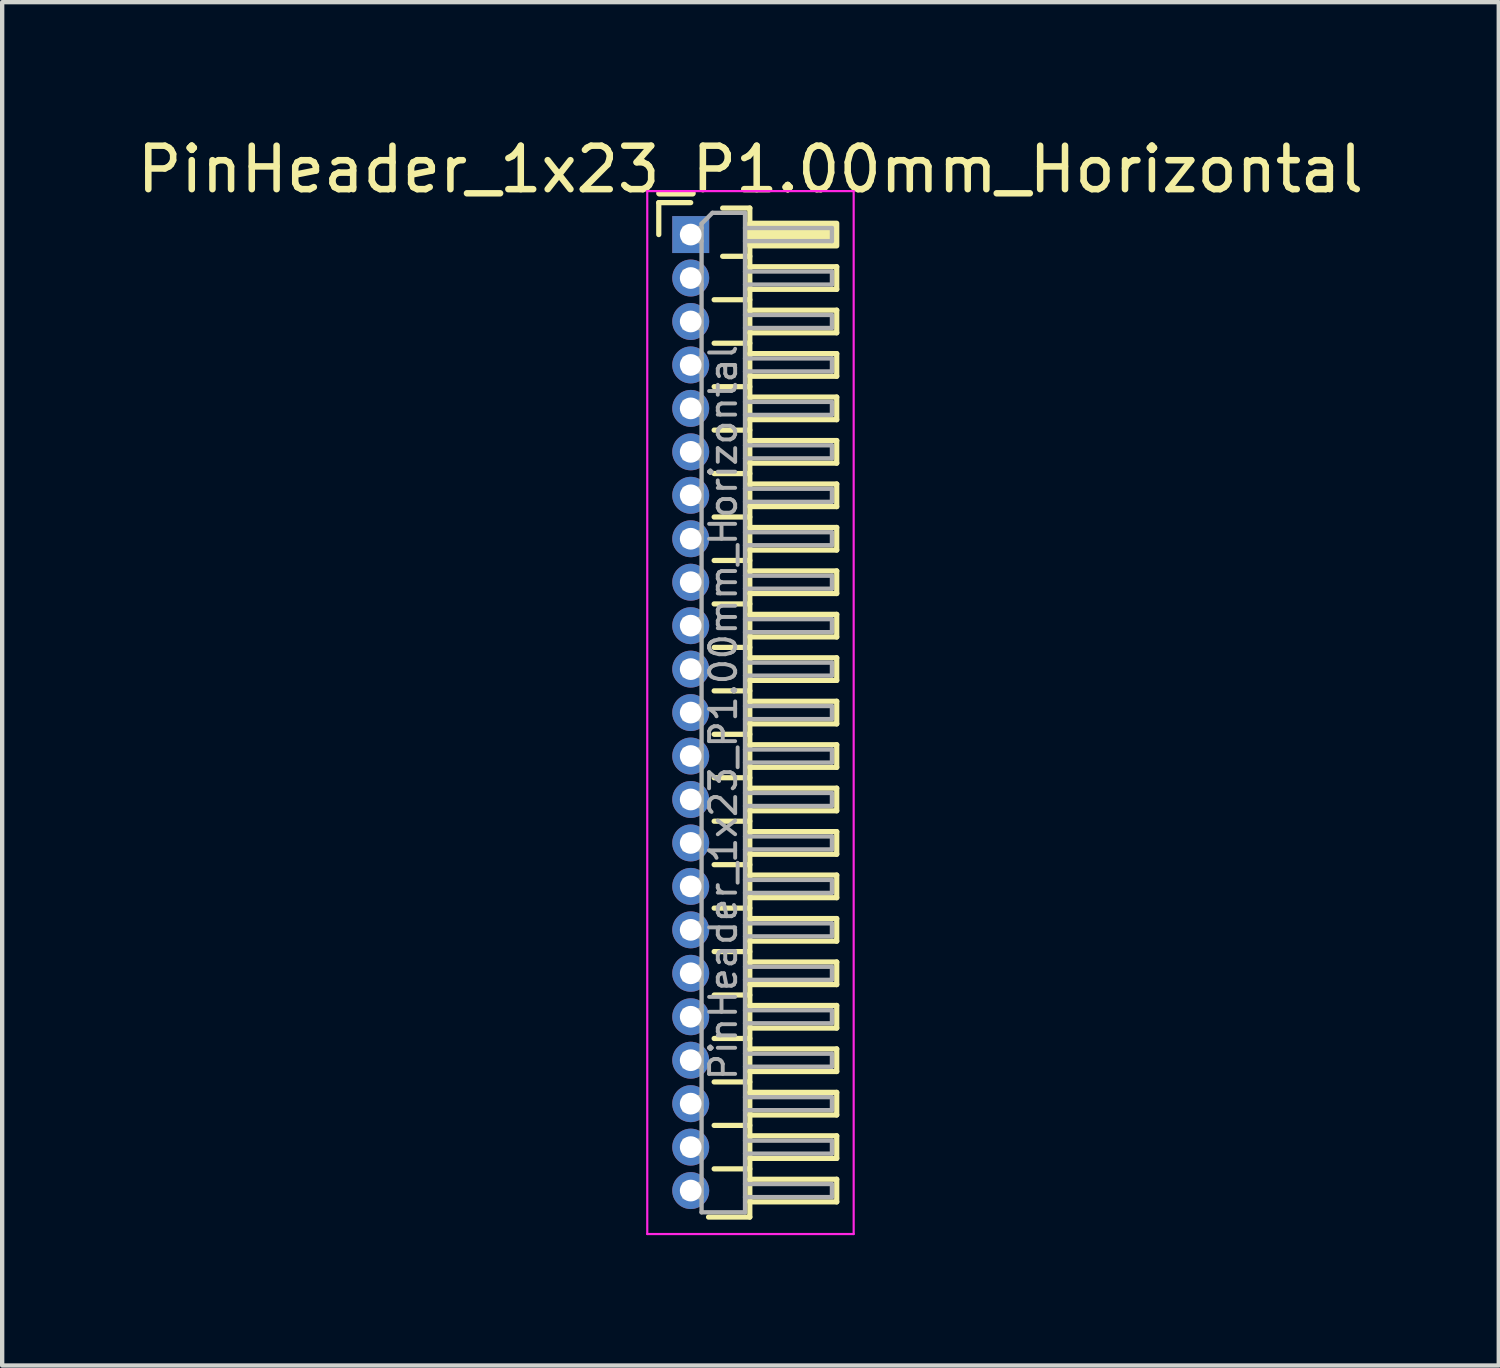
<source format=kicad_pcb>
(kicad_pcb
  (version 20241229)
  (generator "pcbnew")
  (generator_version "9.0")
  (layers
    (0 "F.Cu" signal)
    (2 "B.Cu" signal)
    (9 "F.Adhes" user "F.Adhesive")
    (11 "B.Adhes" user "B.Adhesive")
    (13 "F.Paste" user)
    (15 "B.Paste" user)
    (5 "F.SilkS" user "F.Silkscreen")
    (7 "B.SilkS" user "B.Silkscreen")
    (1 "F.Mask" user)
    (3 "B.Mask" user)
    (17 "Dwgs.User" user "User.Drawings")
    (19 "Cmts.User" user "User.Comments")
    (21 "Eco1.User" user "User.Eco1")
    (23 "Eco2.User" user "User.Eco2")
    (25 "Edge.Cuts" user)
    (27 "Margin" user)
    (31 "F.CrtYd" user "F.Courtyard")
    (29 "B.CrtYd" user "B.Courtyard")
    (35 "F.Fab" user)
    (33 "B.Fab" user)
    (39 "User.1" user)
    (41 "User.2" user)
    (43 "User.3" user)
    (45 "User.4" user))
  (footprint "PinHeader_1x23_P1.00mm_Horizontal"
    (layer "F.Cu")
    (at 12.845 2.348)
    (property "Reference" "PinHeader_1x23_P1.00mm_Horizontal" (at 1.375 -1.5 0) (layer "F.SilkS") (effects (font (size 1 1) (thickness 0.15))))
    (attr through_hole)
    (fp_line (start -0.735 -0.735) (end 0 -0.735) (stroke (width 0.12) (type solid)) (layer "F.SilkS"))
    (fp_line (start -0.735 0) (end -0.735 -0.735) (stroke (width 0.12) (type solid)) (layer "F.SilkS"))
    (fp_line (start 0.539 1.5) (end 1.36 1.5) (stroke (width 0.12) (type solid)) (layer "F.SilkS"))
    (fp_line (start 0.539 2.5) (end 1.36 2.5) (stroke (width 0.12) (type solid)) (layer "F.SilkS"))
    (fp_line (start 0.539 3.5) (end 1.36 3.5) (stroke (width 0.12) (type solid)) (layer "F.SilkS"))
    (fp_line (start 0.539 4.5) (end 1.36 4.5) (stroke (width 0.12) (type solid)) (layer "F.SilkS"))
    (fp_line (start 0.539 5.5) (end 1.36 5.5) (stroke (width 0.12) (type solid)) (layer "F.SilkS"))
    (fp_line (start 0.539 6.5) (end 1.36 6.5) (stroke (width 0.12) (type solid)) (layer "F.SilkS"))
    (fp_line (start 0.539 7.5) (end 1.36 7.5) (stroke (width 0.12) (type solid)) (layer "F.SilkS"))
    (fp_line (start 0.539 8.5) (end 1.36 8.5) (stroke (width 0.12) (type solid)) (layer "F.SilkS"))
    (fp_line (start 0.539 9.5) (end 1.36 9.5) (stroke (width 0.12) (type solid)) (layer "F.SilkS"))
    (fp_line (start 0.539 10.5) (end 1.36 10.5) (stroke (width 0.12) (type solid)) (layer "F.SilkS"))
    (fp_line (start 0.539 11.5) (end 1.36 11.5) (stroke (width 0.12) (type solid)) (layer "F.SilkS"))
    (fp_line (start 0.539 12.5) (end 1.36 12.5) (stroke (width 0.12) (type solid)) (layer "F.SilkS"))
    (fp_line (start 0.539 13.5) (end 1.36 13.5) (stroke (width 0.12) (type solid)) (layer "F.SilkS"))
    (fp_line (start 0.539 14.5) (end 1.36 14.5) (stroke (width 0.12) (type solid)) (layer "F.SilkS"))
    (fp_line (start 0.539 15.5) (end 1.36 15.5) (stroke (width 0.12) (type solid)) (layer "F.SilkS"))
    (fp_line (start 0.539 16.5) (end 1.36 16.5) (stroke (width 0.12) (type solid)) (layer "F.SilkS"))
    (fp_line (start 0.539 17.5) (end 1.36 17.5) (stroke (width 0.12) (type solid)) (layer "F.SilkS"))
    (fp_line (start 0.539 18.5) (end 1.36 18.5) (stroke (width 0.12) (type solid)) (layer "F.SilkS"))
    (fp_line (start 0.539 19.5) (end 1.36 19.5) (stroke (width 0.12) (type solid)) (layer "F.SilkS"))
    (fp_line (start 0.539 20.5) (end 1.36 20.5) (stroke (width 0.12) (type solid)) (layer "F.SilkS"))
    (fp_line (start 0.539 21.5) (end 1.36 21.5) (stroke (width 0.12) (type solid)) (layer "F.SilkS"))
    (fp_line (start 0.735 -0.61) (end 1.36 -0.61) (stroke (width 0.12) (type solid)) (layer "F.SilkS"))
    (fp_line (start 0.735 0.5) (end 1.36 0.5) (stroke (width 0.12) (type solid)) (layer "F.SilkS"))
    (fp_line (start 1.36 -0.61) (end 1.36 22.61) (stroke (width 0.12) (type solid)) (layer "F.SilkS"))
    (fp_line (start 1.36 0.74) (end 3.36 0.74) (stroke (width 0.12) (type solid)) (layer "F.SilkS"))
    (fp_line (start 1.36 1.74) (end 3.36 1.74) (stroke (width 0.12) (type solid)) (layer "F.SilkS"))
    (fp_line (start 1.36 2.74) (end 3.36 2.74) (stroke (width 0.12) (type solid)) (layer "F.SilkS"))
    (fp_line (start 1.36 3.74) (end 3.36 3.74) (stroke (width 0.12) (type solid)) (layer "F.SilkS"))
    (fp_line (start 1.36 4.74) (end 3.36 4.74) (stroke (width 0.12) (type solid)) (layer "F.SilkS"))
    (fp_line (start 1.36 5.74) (end 3.36 5.74) (stroke (width 0.12) (type solid)) (layer "F.SilkS"))
    (fp_line (start 1.36 6.74) (end 3.36 6.74) (stroke (width 0.12) (type solid)) (layer "F.SilkS"))
    (fp_line (start 1.36 7.74) (end 3.36 7.74) (stroke (width 0.12) (type solid)) (layer "F.SilkS"))
    (fp_line (start 1.36 8.74) (end 3.36 8.74) (stroke (width 0.12) (type solid)) (layer "F.SilkS"))
    (fp_line (start 1.36 9.74) (end 3.36 9.74) (stroke (width 0.12) (type solid)) (layer "F.SilkS"))
    (fp_line (start 1.36 10.74) (end 3.36 10.74) (stroke (width 0.12) (type solid)) (layer "F.SilkS"))
    (fp_line (start 1.36 11.74) (end 3.36 11.74) (stroke (width 0.12) (type solid)) (layer "F.SilkS"))
    (fp_line (start 1.36 12.74) (end 3.36 12.74) (stroke (width 0.12) (type solid)) (layer "F.SilkS"))
    (fp_line (start 1.36 13.74) (end 3.36 13.74) (stroke (width 0.12) (type solid)) (layer "F.SilkS"))
    (fp_line (start 1.36 14.74) (end 3.36 14.74) (stroke (width 0.12) (type solid)) (layer "F.SilkS"))
    (fp_line (start 1.36 15.74) (end 3.36 15.74) (stroke (width 0.12) (type solid)) (layer "F.SilkS"))
    (fp_line (start 1.36 16.74) (end 3.36 16.74) (stroke (width 0.12) (type solid)) (layer "F.SilkS"))
    (fp_line (start 1.36 17.74) (end 3.36 17.74) (stroke (width 0.12) (type solid)) (layer "F.SilkS"))
    (fp_line (start 1.36 18.74) (end 3.36 18.74) (stroke (width 0.12) (type solid)) (layer "F.SilkS"))
    (fp_line (start 1.36 19.74) (end 3.36 19.74) (stroke (width 0.12) (type solid)) (layer "F.SilkS"))
    (fp_line (start 1.36 20.74) (end 3.36 20.74) (stroke (width 0.12) (type solid)) (layer "F.SilkS"))
    (fp_line (start 1.36 21.74) (end 3.36 21.74) (stroke (width 0.12) (type solid)) (layer "F.SilkS"))
    (fp_line (start 1.36 22.61) (end 0.41 22.61) (stroke (width 0.12) (type solid)) (layer "F.SilkS"))
    (fp_line (start 3.36 0.74) (end 3.36 1.26) (stroke (width 0.12) (type solid)) (layer "F.SilkS"))
    (fp_line (start 3.36 1.26) (end 1.36 1.26) (stroke (width 0.12) (type solid)) (layer "F.SilkS"))
    (fp_line (start 3.36 1.74) (end 3.36 2.26) (stroke (width 0.12) (type solid)) (layer "F.SilkS"))
    (fp_line (start 3.36 2.26) (end 1.36 2.26) (stroke (width 0.12) (type solid)) (layer "F.SilkS"))
    (fp_line (start 3.36 2.74) (end 3.36 3.26) (stroke (width 0.12) (type solid)) (layer "F.SilkS"))
    (fp_line (start 3.36 3.26) (end 1.36 3.26) (stroke (width 0.12) (type solid)) (layer "F.SilkS"))
    (fp_line (start 3.36 3.74) (end 3.36 4.26) (stroke (width 0.12) (type solid)) (layer "F.SilkS"))
    (fp_line (start 3.36 4.26) (end 1.36 4.26) (stroke (width 0.12) (type solid)) (layer "F.SilkS"))
    (fp_line (start 3.36 4.74) (end 3.36 5.26) (stroke (width 0.12) (type solid)) (layer "F.SilkS"))
    (fp_line (start 3.36 5.26) (end 1.36 5.26) (stroke (width 0.12) (type solid)) (layer "F.SilkS"))
    (fp_line (start 3.36 5.74) (end 3.36 6.26) (stroke (width 0.12) (type solid)) (layer "F.SilkS"))
    (fp_line (start 3.36 6.26) (end 1.36 6.26) (stroke (width 0.12) (type solid)) (layer "F.SilkS"))
    (fp_line (start 3.36 6.74) (end 3.36 7.26) (stroke (width 0.12) (type solid)) (layer "F.SilkS"))
    (fp_line (start 3.36 7.26) (end 1.36 7.26) (stroke (width 0.12) (type solid)) (layer "F.SilkS"))
    (fp_line (start 3.36 7.74) (end 3.36 8.26) (stroke (width 0.12) (type solid)) (layer "F.SilkS"))
    (fp_line (start 3.36 8.26) (end 1.36 8.26) (stroke (width 0.12) (type solid)) (layer "F.SilkS"))
    (fp_line (start 3.36 8.74) (end 3.36 9.26) (stroke (width 0.12) (type solid)) (layer "F.SilkS"))
    (fp_line (start 3.36 9.26) (end 1.36 9.26) (stroke (width 0.12) (type solid)) (layer "F.SilkS"))
    (fp_line (start 3.36 9.74) (end 3.36 10.26) (stroke (width 0.12) (type solid)) (layer "F.SilkS"))
    (fp_line (start 3.36 10.26) (end 1.36 10.26) (stroke (width 0.12) (type solid)) (layer "F.SilkS"))
    (fp_line (start 3.36 10.74) (end 3.36 11.26) (stroke (width 0.12) (type solid)) (layer "F.SilkS"))
    (fp_line (start 3.36 11.26) (end 1.36 11.26) (stroke (width 0.12) (type solid)) (layer "F.SilkS"))
    (fp_line (start 3.36 11.74) (end 3.36 12.26) (stroke (width 0.12) (type solid)) (layer "F.SilkS"))
    (fp_line (start 3.36 12.26) (end 1.36 12.26) (stroke (width 0.12) (type solid)) (layer "F.SilkS"))
    (fp_line (start 3.36 12.74) (end 3.36 13.26) (stroke (width 0.12) (type solid)) (layer "F.SilkS"))
    (fp_line (start 3.36 13.26) (end 1.36 13.26) (stroke (width 0.12) (type solid)) (layer "F.SilkS"))
    (fp_line (start 3.36 13.74) (end 3.36 14.26) (stroke (width 0.12) (type solid)) (layer "F.SilkS"))
    (fp_line (start 3.36 14.26) (end 1.36 14.26) (stroke (width 0.12) (type solid)) (layer "F.SilkS"))
    (fp_line (start 3.36 14.74) (end 3.36 15.26) (stroke (width 0.12) (type solid)) (layer "F.SilkS"))
    (fp_line (start 3.36 15.26) (end 1.36 15.26) (stroke (width 0.12) (type solid)) (layer "F.SilkS"))
    (fp_line (start 3.36 15.74) (end 3.36 16.26) (stroke (width 0.12) (type solid)) (layer "F.SilkS"))
    (fp_line (start 3.36 16.26) (end 1.36 16.26) (stroke (width 0.12) (type solid)) (layer "F.SilkS"))
    (fp_line (start 3.36 16.74) (end 3.36 17.26) (stroke (width 0.12) (type solid)) (layer "F.SilkS"))
    (fp_line (start 3.36 17.26) (end 1.36 17.26) (stroke (width 0.12) (type solid)) (layer "F.SilkS"))
    (fp_line (start 3.36 17.74) (end 3.36 18.26) (stroke (width 0.12) (type solid)) (layer "F.SilkS"))
    (fp_line (start 3.36 18.26) (end 1.36 18.26) (stroke (width 0.12) (type solid)) (layer "F.SilkS"))
    (fp_line (start 3.36 18.74) (end 3.36 19.26) (stroke (width 0.12) (type solid)) (layer "F.SilkS"))
    (fp_line (start 3.36 19.26) (end 1.36 19.26) (stroke (width 0.12) (type solid)) (layer "F.SilkS"))
    (fp_line (start 3.36 19.74) (end 3.36 20.26) (stroke (width 0.12) (type solid)) (layer "F.SilkS"))
    (fp_line (start 3.36 20.26) (end 1.36 20.26) (stroke (width 0.12) (type solid)) (layer "F.SilkS"))
    (fp_line (start 3.36 20.74) (end 3.36 21.26) (stroke (width 0.12) (type solid)) (layer "F.SilkS"))
    (fp_line (start 3.36 21.26) (end 1.36 21.26) (stroke (width 0.12) (type solid)) (layer "F.SilkS"))
    (fp_line (start 3.36 21.74) (end 3.36 22.26) (stroke (width 0.12) (type solid)) (layer "F.SilkS"))
    (fp_line (start 3.36 22.26) (end 1.36 22.26) (stroke (width 0.12) (type solid)) (layer "F.SilkS"))
    (fp_rect (start 1.36 -0.26) (end 3.36 0.26) (stroke (width 0.12) (type solid)) (fill yes) (layer "F.SilkS"))
    (fp_line (start -1 -1) (end -1 23) (stroke (width 0.05) (type solid)) (layer "F.CrtYd"))
    (fp_line (start -1 23) (end 3.75 23) (stroke (width 0.05) (type solid)) (layer "F.CrtYd"))
    (fp_line (start 3.75 -1) (end -1 -1) (stroke (width 0.05) (type solid)) (layer "F.CrtYd"))
    (fp_line (start 3.75 23) (end 3.75 -1) (stroke (width 0.05) (type solid)) (layer "F.CrtYd"))
    (fp_line (start -0.15 -0.15) (end -0.15 0.15) (stroke (width 0.1) (type solid)) (layer "F.Fab"))
    (fp_line (start -0.15 -0.15) (end 0.25 -0.15) (stroke (width 0.1) (type solid)) (layer "F.Fab"))
    (fp_line (start -0.15 0.15) (end 0.25 0.15) (stroke (width 0.1) (type solid)) (layer "F.Fab"))
    (fp_line (start -0.15 0.85) (end -0.15 1.15) (stroke (width 0.1) (type solid)) (layer "F.Fab"))
    (fp_line (start -0.15 0.85) (end 0.25 0.85) (stroke (width 0.1) (type solid)) (layer "F.Fab"))
    (fp_line (start -0.15 1.15) (end 0.25 1.15) (stroke (width 0.1) (type solid)) (layer "F.Fab"))
    (fp_line (start -0.15 1.85) (end -0.15 2.15) (stroke (width 0.1) (type solid)) (layer "F.Fab"))
    (fp_line (start -0.15 1.85) (end 0.25 1.85) (stroke (width 0.1) (type solid)) (layer "F.Fab"))
    (fp_line (start -0.15 2.15) (end 0.25 2.15) (stroke (width 0.1) (type solid)) (layer "F.Fab"))
    (fp_line (start -0.15 2.85) (end -0.15 3.15) (stroke (width 0.1) (type solid)) (layer "F.Fab"))
    (fp_line (start -0.15 2.85) (end 0.25 2.85) (stroke (width 0.1) (type solid)) (layer "F.Fab"))
    (fp_line (start -0.15 3.15) (end 0.25 3.15) (stroke (width 0.1) (type solid)) (layer "F.Fab"))
    (fp_line (start -0.15 3.85) (end -0.15 4.15) (stroke (width 0.1) (type solid)) (layer "F.Fab"))
    (fp_line (start -0.15 3.85) (end 0.25 3.85) (stroke (width 0.1) (type solid)) (layer "F.Fab"))
    (fp_line (start -0.15 4.15) (end 0.25 4.15) (stroke (width 0.1) (type solid)) (layer "F.Fab"))
    (fp_line (start -0.15 4.85) (end -0.15 5.15) (stroke (width 0.1) (type solid)) (layer "F.Fab"))
    (fp_line (start -0.15 4.85) (end 0.25 4.85) (stroke (width 0.1) (type solid)) (layer "F.Fab"))
    (fp_line (start -0.15 5.15) (end 0.25 5.15) (stroke (width 0.1) (type solid)) (layer "F.Fab"))
    (fp_line (start -0.15 5.85) (end -0.15 6.15) (stroke (width 0.1) (type solid)) (layer "F.Fab"))
    (fp_line (start -0.15 5.85) (end 0.25 5.85) (stroke (width 0.1) (type solid)) (layer "F.Fab"))
    (fp_line (start -0.15 6.15) (end 0.25 6.15) (stroke (width 0.1) (type solid)) (layer "F.Fab"))
    (fp_line (start -0.15 6.85) (end -0.15 7.15) (stroke (width 0.1) (type solid)) (layer "F.Fab"))
    (fp_line (start -0.15 6.85) (end 0.25 6.85) (stroke (width 0.1) (type solid)) (layer "F.Fab"))
    (fp_line (start -0.15 7.15) (end 0.25 7.15) (stroke (width 0.1) (type solid)) (layer "F.Fab"))
    (fp_line (start -0.15 7.85) (end -0.15 8.15) (stroke (width 0.1) (type solid)) (layer "F.Fab"))
    (fp_line (start -0.15 7.85) (end 0.25 7.85) (stroke (width 0.1) (type solid)) (layer "F.Fab"))
    (fp_line (start -0.15 8.15) (end 0.25 8.15) (stroke (width 0.1) (type solid)) (layer "F.Fab"))
    (fp_line (start -0.15 8.85) (end -0.15 9.15) (stroke (width 0.1) (type solid)) (layer "F.Fab"))
    (fp_line (start -0.15 8.85) (end 0.25 8.85) (stroke (width 0.1) (type solid)) (layer "F.Fab"))
    (fp_line (start -0.15 9.15) (end 0.25 9.15) (stroke (width 0.1) (type solid)) (layer "F.Fab"))
    (fp_line (start -0.15 9.85) (end -0.15 10.15) (stroke (width 0.1) (type solid)) (layer "F.Fab"))
    (fp_line (start -0.15 9.85) (end 0.25 9.85) (stroke (width 0.1) (type solid)) (layer "F.Fab"))
    (fp_line (start -0.15 10.15) (end 0.25 10.15) (stroke (width 0.1) (type solid)) (layer "F.Fab"))
    (fp_line (start -0.15 10.85) (end -0.15 11.15) (stroke (width 0.1) (type solid)) (layer "F.Fab"))
    (fp_line (start -0.15 10.85) (end 0.25 10.85) (stroke (width 0.1) (type solid)) (layer "F.Fab"))
    (fp_line (start -0.15 11.15) (end 0.25 11.15) (stroke (width 0.1) (type solid)) (layer "F.Fab"))
    (fp_line (start -0.15 11.85) (end -0.15 12.15) (stroke (width 0.1) (type solid)) (layer "F.Fab"))
    (fp_line (start -0.15 11.85) (end 0.25 11.85) (stroke (width 0.1) (type solid)) (layer "F.Fab"))
    (fp_line (start -0.15 12.15) (end 0.25 12.15) (stroke (width 0.1) (type solid)) (layer "F.Fab"))
    (fp_line (start -0.15 12.85) (end -0.15 13.15) (stroke (width 0.1) (type solid)) (layer "F.Fab"))
    (fp_line (start -0.15 12.85) (end 0.25 12.85) (stroke (width 0.1) (type solid)) (layer "F.Fab"))
    (fp_line (start -0.15 13.15) (end 0.25 13.15) (stroke (width 0.1) (type solid)) (layer "F.Fab"))
    (fp_line (start -0.15 13.85) (end -0.15 14.15) (stroke (width 0.1) (type solid)) (layer "F.Fab"))
    (fp_line (start -0.15 13.85) (end 0.25 13.85) (stroke (width 0.1) (type solid)) (layer "F.Fab"))
    (fp_line (start -0.15 14.15) (end 0.25 14.15) (stroke (width 0.1) (type solid)) (layer "F.Fab"))
    (fp_line (start -0.15 14.85) (end -0.15 15.15) (stroke (width 0.1) (type solid)) (layer "F.Fab"))
    (fp_line (start -0.15 14.85) (end 0.25 14.85) (stroke (width 0.1) (type solid)) (layer "F.Fab"))
    (fp_line (start -0.15 15.15) (end 0.25 15.15) (stroke (width 0.1) (type solid)) (layer "F.Fab"))
    (fp_line (start -0.15 15.85) (end -0.15 16.15) (stroke (width 0.1) (type solid)) (layer "F.Fab"))
    (fp_line (start -0.15 15.85) (end 0.25 15.85) (stroke (width 0.1) (type solid)) (layer "F.Fab"))
    (fp_line (start -0.15 16.15) (end 0.25 16.15) (stroke (width 0.1) (type solid)) (layer "F.Fab"))
    (fp_line (start -0.15 16.85) (end -0.15 17.15) (stroke (width 0.1) (type solid)) (layer "F.Fab"))
    (fp_line (start -0.15 16.85) (end 0.25 16.85) (stroke (width 0.1) (type solid)) (layer "F.Fab"))
    (fp_line (start -0.15 17.15) (end 0.25 17.15) (stroke (width 0.1) (type solid)) (layer "F.Fab"))
    (fp_line (start -0.15 17.85) (end -0.15 18.15) (stroke (width 0.1) (type solid)) (layer "F.Fab"))
    (fp_line (start -0.15 17.85) (end 0.25 17.85) (stroke (width 0.1) (type solid)) (layer "F.Fab"))
    (fp_line (start -0.15 18.15) (end 0.25 18.15) (stroke (width 0.1) (type solid)) (layer "F.Fab"))
    (fp_line (start -0.15 18.85) (end -0.15 19.15) (stroke (width 0.1) (type solid)) (layer "F.Fab"))
    (fp_line (start -0.15 18.85) (end 0.25 18.85) (stroke (width 0.1) (type solid)) (layer "F.Fab"))
    (fp_line (start -0.15 19.15) (end 0.25 19.15) (stroke (width 0.1) (type solid)) (layer "F.Fab"))
    (fp_line (start -0.15 19.85) (end -0.15 20.15) (stroke (width 0.1) (type solid)) (layer "F.Fab"))
    (fp_line (start -0.15 19.85) (end 0.25 19.85) (stroke (width 0.1) (type solid)) (layer "F.Fab"))
    (fp_line (start -0.15 20.15) (end 0.25 20.15) (stroke (width 0.1) (type solid)) (layer "F.Fab"))
    (fp_line (start -0.15 20.85) (end -0.15 21.15) (stroke (width 0.1) (type solid)) (layer "F.Fab"))
    (fp_line (start -0.15 20.85) (end 0.25 20.85) (stroke (width 0.1) (type solid)) (layer "F.Fab"))
    (fp_line (start -0.15 21.15) (end 0.25 21.15) (stroke (width 0.1) (type solid)) (layer "F.Fab"))
    (fp_line (start -0.15 21.85) (end -0.15 22.15) (stroke (width 0.1) (type solid)) (layer "F.Fab"))
    (fp_line (start -0.15 21.85) (end 0.25 21.85) (stroke (width 0.1) (type solid)) (layer "F.Fab"))
    (fp_line (start -0.15 22.15) (end 0.25 22.15) (stroke (width 0.1) (type solid)) (layer "F.Fab"))
    (fp_line (start 0.25 -0.25) (end 0.5 -0.5) (stroke (width 0.1) (type solid)) (layer "F.Fab"))
    (fp_line (start 0.25 22.5) (end 0.25 -0.25) (stroke (width 0.1) (type solid)) (layer "F.Fab"))
    (fp_line (start 0.5 -0.5) (end 1.25 -0.5) (stroke (width 0.1) (type solid)) (layer "F.Fab"))
    (fp_line (start 1.25 -0.5) (end 1.25 22.5) (stroke (width 0.1) (type solid)) (layer "F.Fab"))
    (fp_line (start 1.25 -0.15) (end 3.25 -0.15) (stroke (width 0.1) (type solid)) (layer "F.Fab"))
    (fp_line (start 1.25 0.15) (end 3.25 0.15) (stroke (width 0.1) (type solid)) (layer "F.Fab"))
    (fp_line (start 1.25 0.85) (end 3.25 0.85) (stroke (width 0.1) (type solid)) (layer "F.Fab"))
    (fp_line (start 1.25 1.15) (end 3.25 1.15) (stroke (width 0.1) (type solid)) (layer "F.Fab"))
    (fp_line (start 1.25 1.85) (end 3.25 1.85) (stroke (width 0.1) (type solid)) (layer "F.Fab"))
    (fp_line (start 1.25 2.15) (end 3.25 2.15) (stroke (width 0.1) (type solid)) (layer "F.Fab"))
    (fp_line (start 1.25 2.85) (end 3.25 2.85) (stroke (width 0.1) (type solid)) (layer "F.Fab"))
    (fp_line (start 1.25 3.15) (end 3.25 3.15) (stroke (width 0.1) (type solid)) (layer "F.Fab"))
    (fp_line (start 1.25 3.85) (end 3.25 3.85) (stroke (width 0.1) (type solid)) (layer "F.Fab"))
    (fp_line (start 1.25 4.15) (end 3.25 4.15) (stroke (width 0.1) (type solid)) (layer "F.Fab"))
    (fp_line (start 1.25 4.85) (end 3.25 4.85) (stroke (width 0.1) (type solid)) (layer "F.Fab"))
    (fp_line (start 1.25 5.15) (end 3.25 5.15) (stroke (width 0.1) (type solid)) (layer "F.Fab"))
    (fp_line (start 1.25 5.85) (end 3.25 5.85) (stroke (width 0.1) (type solid)) (layer "F.Fab"))
    (fp_line (start 1.25 6.15) (end 3.25 6.15) (stroke (width 0.1) (type solid)) (layer "F.Fab"))
    (fp_line (start 1.25 6.85) (end 3.25 6.85) (stroke (width 0.1) (type solid)) (layer "F.Fab"))
    (fp_line (start 1.25 7.15) (end 3.25 7.15) (stroke (width 0.1) (type solid)) (layer "F.Fab"))
    (fp_line (start 1.25 7.85) (end 3.25 7.85) (stroke (width 0.1) (type solid)) (layer "F.Fab"))
    (fp_line (start 1.25 8.15) (end 3.25 8.15) (stroke (width 0.1) (type solid)) (layer "F.Fab"))
    (fp_line (start 1.25 8.85) (end 3.25 8.85) (stroke (width 0.1) (type solid)) (layer "F.Fab"))
    (fp_line (start 1.25 9.15) (end 3.25 9.15) (stroke (width 0.1) (type solid)) (layer "F.Fab"))
    (fp_line (start 1.25 9.85) (end 3.25 9.85) (stroke (width 0.1) (type solid)) (layer "F.Fab"))
    (fp_line (start 1.25 10.15) (end 3.25 10.15) (stroke (width 0.1) (type solid)) (layer "F.Fab"))
    (fp_line (start 1.25 10.85) (end 3.25 10.85) (stroke (width 0.1) (type solid)) (layer "F.Fab"))
    (fp_line (start 1.25 11.15) (end 3.25 11.15) (stroke (width 0.1) (type solid)) (layer "F.Fab"))
    (fp_line (start 1.25 11.85) (end 3.25 11.85) (stroke (width 0.1) (type solid)) (layer "F.Fab"))
    (fp_line (start 1.25 12.15) (end 3.25 12.15) (stroke (width 0.1) (type solid)) (layer "F.Fab"))
    (fp_line (start 1.25 12.85) (end 3.25 12.85) (stroke (width 0.1) (type solid)) (layer "F.Fab"))
    (fp_line (start 1.25 13.15) (end 3.25 13.15) (stroke (width 0.1) (type solid)) (layer "F.Fab"))
    (fp_line (start 1.25 13.85) (end 3.25 13.85) (stroke (width 0.1) (type solid)) (layer "F.Fab"))
    (fp_line (start 1.25 14.15) (end 3.25 14.15) (stroke (width 0.1) (type solid)) (layer "F.Fab"))
    (fp_line (start 1.25 14.85) (end 3.25 14.85) (stroke (width 0.1) (type solid)) (layer "F.Fab"))
    (fp_line (start 1.25 15.15) (end 3.25 15.15) (stroke (width 0.1) (type solid)) (layer "F.Fab"))
    (fp_line (start 1.25 15.85) (end 3.25 15.85) (stroke (width 0.1) (type solid)) (layer "F.Fab"))
    (fp_line (start 1.25 16.15) (end 3.25 16.15) (stroke (width 0.1) (type solid)) (layer "F.Fab"))
    (fp_line (start 1.25 16.85) (end 3.25 16.85) (stroke (width 0.1) (type solid)) (layer "F.Fab"))
    (fp_line (start 1.25 17.15) (end 3.25 17.15) (stroke (width 0.1) (type solid)) (layer "F.Fab"))
    (fp_line (start 1.25 17.85) (end 3.25 17.85) (stroke (width 0.1) (type solid)) (layer "F.Fab"))
    (fp_line (start 1.25 18.15) (end 3.25 18.15) (stroke (width 0.1) (type solid)) (layer "F.Fab"))
    (fp_line (start 1.25 18.85) (end 3.25 18.85) (stroke (width 0.1) (type solid)) (layer "F.Fab"))
    (fp_line (start 1.25 19.15) (end 3.25 19.15) (stroke (width 0.1) (type solid)) (layer "F.Fab"))
    (fp_line (start 1.25 19.85) (end 3.25 19.85) (stroke (width 0.1) (type solid)) (layer "F.Fab"))
    (fp_line (start 1.25 20.15) (end 3.25 20.15) (stroke (width 0.1) (type solid)) (layer "F.Fab"))
    (fp_line (start 1.25 20.85) (end 3.25 20.85) (stroke (width 0.1) (type solid)) (layer "F.Fab"))
    (fp_line (start 1.25 21.15) (end 3.25 21.15) (stroke (width 0.1) (type solid)) (layer "F.Fab"))
    (fp_line (start 1.25 21.85) (end 3.25 21.85) (stroke (width 0.1) (type solid)) (layer "F.Fab"))
    (fp_line (start 1.25 22.15) (end 3.25 22.15) (stroke (width 0.1) (type solid)) (layer "F.Fab"))
    (fp_line (start 1.25 22.5) (end 0.25 22.5) (stroke (width 0.1) (type solid)) (layer "F.Fab"))
    (fp_line (start 3.25 -0.15) (end 3.25 0.15) (stroke (width 0.1) (type solid)) (layer "F.Fab"))
    (fp_line (start 3.25 0.85) (end 3.25 1.15) (stroke (width 0.1) (type solid)) (layer "F.Fab"))
    (fp_line (start 3.25 1.85) (end 3.25 2.15) (stroke (width 0.1) (type solid)) (layer "F.Fab"))
    (fp_line (start 3.25 2.85) (end 3.25 3.15) (stroke (width 0.1) (type solid)) (layer "F.Fab"))
    (fp_line (start 3.25 3.85) (end 3.25 4.15) (stroke (width 0.1) (type solid)) (layer "F.Fab"))
    (fp_line (start 3.25 4.85) (end 3.25 5.15) (stroke (width 0.1) (type solid)) (layer "F.Fab"))
    (fp_line (start 3.25 5.85) (end 3.25 6.15) (stroke (width 0.1) (type solid)) (layer "F.Fab"))
    (fp_line (start 3.25 6.85) (end 3.25 7.15) (stroke (width 0.1) (type solid)) (layer "F.Fab"))
    (fp_line (start 3.25 7.85) (end 3.25 8.15) (stroke (width 0.1) (type solid)) (layer "F.Fab"))
    (fp_line (start 3.25 8.85) (end 3.25 9.15) (stroke (width 0.1) (type solid)) (layer "F.Fab"))
    (fp_line (start 3.25 9.85) (end 3.25 10.15) (stroke (width 0.1) (type solid)) (layer "F.Fab"))
    (fp_line (start 3.25 10.85) (end 3.25 11.15) (stroke (width 0.1) (type solid)) (layer "F.Fab"))
    (fp_line (start 3.25 11.85) (end 3.25 12.15) (stroke (width 0.1) (type solid)) (layer "F.Fab"))
    (fp_line (start 3.25 12.85) (end 3.25 13.15) (stroke (width 0.1) (type solid)) (layer "F.Fab"))
    (fp_line (start 3.25 13.85) (end 3.25 14.15) (stroke (width 0.1) (type solid)) (layer "F.Fab"))
    (fp_line (start 3.25 14.85) (end 3.25 15.15) (stroke (width 0.1) (type solid)) (layer "F.Fab"))
    (fp_line (start 3.25 15.85) (end 3.25 16.15) (stroke (width 0.1) (type solid)) (layer "F.Fab"))
    (fp_line (start 3.25 16.85) (end 3.25 17.15) (stroke (width 0.1) (type solid)) (layer "F.Fab"))
    (fp_line (start 3.25 17.85) (end 3.25 18.15) (stroke (width 0.1) (type solid)) (layer "F.Fab"))
    (fp_line (start 3.25 18.85) (end 3.25 19.15) (stroke (width 0.1) (type solid)) (layer "F.Fab"))
    (fp_line (start 3.25 19.85) (end 3.25 20.15) (stroke (width 0.1) (type solid)) (layer "F.Fab"))
    (fp_line (start 3.25 20.85) (end 3.25 21.15) (stroke (width 0.1) (type solid)) (layer "F.Fab"))
    (fp_line (start 3.25 21.85) (end 3.25 22.15) (stroke (width 0.1) (type solid)) (layer "F.Fab"))
    (fp_text user "${REFERENCE}" (at 0.75 11 90) (layer "F.Fab") (effects (font (size 0.6 0.6) (thickness 0.09))))
    (pad "1" thru_hole rect (at 0 0) (size 0.85 0.85) (drill 0.5) (layers "*.Cu" "*.Mask"))
    (pad "2" thru_hole circle (at 0 1) (size 0.85 0.85) (drill 0.5) (layers "*.Cu" "*.Mask"))
    (pad "3" thru_hole circle (at 0 2) (size 0.85 0.85) (drill 0.5) (layers "*.Cu" "*.Mask"))
    (pad "4" thru_hole circle (at 0 3) (size 0.85 0.85) (drill 0.5) (layers "*.Cu" "*.Mask"))
    (pad "5" thru_hole circle (at 0 4) (size 0.85 0.85) (drill 0.5) (layers "*.Cu" "*.Mask"))
    (pad "6" thru_hole circle (at 0 5) (size 0.85 0.85) (drill 0.5) (layers "*.Cu" "*.Mask"))
    (pad "7" thru_hole circle (at 0 6) (size 0.85 0.85) (drill 0.5) (layers "*.Cu" "*.Mask"))
    (pad "8" thru_hole circle (at 0 7) (size 0.85 0.85) (drill 0.5) (layers "*.Cu" "*.Mask"))
    (pad "9" thru_hole circle (at 0 8) (size 0.85 0.85) (drill 0.5) (layers "*.Cu" "*.Mask"))
    (pad "10" thru_hole circle (at 0 9) (size 0.85 0.85) (drill 0.5) (layers "*.Cu" "*.Mask"))
    (pad "11" thru_hole circle (at 0 10) (size 0.85 0.85) (drill 0.5) (layers "*.Cu" "*.Mask"))
    (pad "12" thru_hole circle (at 0 11) (size 0.85 0.85) (drill 0.5) (layers "*.Cu" "*.Mask"))
    (pad "13" thru_hole circle (at 0 12) (size 0.85 0.85) (drill 0.5) (layers "*.Cu" "*.Mask"))
    (pad "14" thru_hole circle (at 0 13) (size 0.85 0.85) (drill 0.5) (layers "*.Cu" "*.Mask"))
    (pad "15" thru_hole circle (at 0 14) (size 0.85 0.85) (drill 0.5) (layers "*.Cu" "*.Mask"))
    (pad "16" thru_hole circle (at 0 15) (size 0.85 0.85) (drill 0.5) (layers "*.Cu" "*.Mask"))
    (pad "17" thru_hole circle (at 0 16) (size 0.85 0.85) (drill 0.5) (layers "*.Cu" "*.Mask"))
    (pad "18" thru_hole circle (at 0 17) (size 0.85 0.85) (drill 0.5) (layers "*.Cu" "*.Mask"))
    (pad "19" thru_hole circle (at 0 18) (size 0.85 0.85) (drill 0.5) (layers "*.Cu" "*.Mask"))
    (pad "20" thru_hole circle (at 0 19) (size 0.85 0.85) (drill 0.5) (layers "*.Cu" "*.Mask"))
    (pad "21" thru_hole circle (at 0 20) (size 0.85 0.85) (drill 0.5) (layers "*.Cu" "*.Mask"))
    (pad "22" thru_hole circle (at 0 21) (size 0.85 0.85) (drill 0.5) (layers "*.Cu" "*.Mask"))
    (pad "23" thru_hole circle (at 0 22) (size 0.85 0.85) (drill 0.5) (layers "*.Cu" "*.Mask")))
  (gr_rect
    (start -3 -3)
    (end 31.44 28.373)
    (stroke (width 0.1) (type default))
    (fill no)
    (layer "Edge.Cuts")))
</source>
